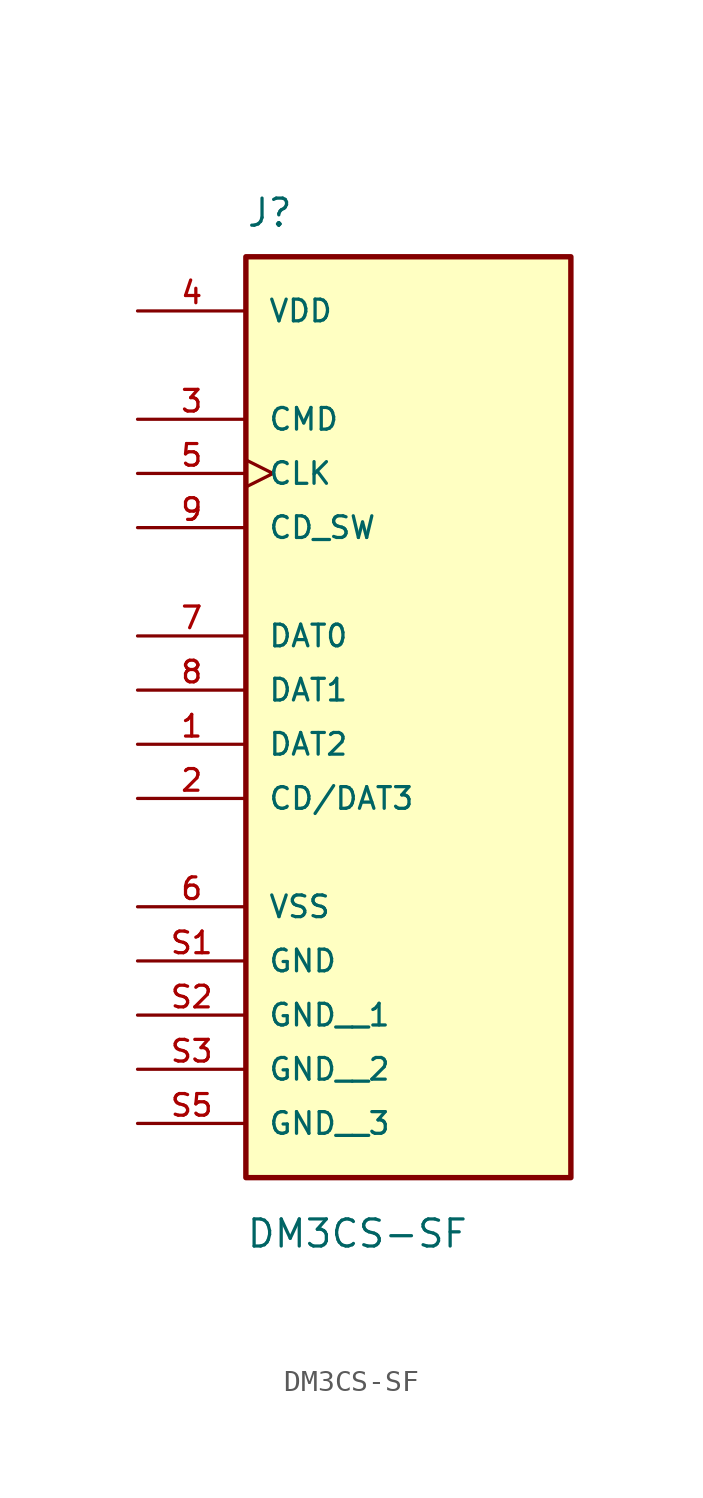
<source format=kicad_sym>
(kicad_symbol_lib
  (version 20211014)
  (generator kicad_symbol_editor)
  (symbol "DM3CS-SF"
    (pin_names
      (offset 1.016))
    (property "Reference" "J"
      (at -7.628 19.098 0)
      (effects (font (size 1.27 1.27)) (justify bottom left)))
    (property "Value" "DM3CS-SF"
      (at -7.636 -28.771 0)
      (effects (font (size 1.27 1.27)) (justify bottom left)))
    (symbol "DM3CS-SF_0_0"
      (rectangle (start -7.62 -25.4) (end 7.62 17.78) (stroke (width 0.254)) (fill (type background)))
      (pin passive line (at -12.7 0.0 0) (length 5.08) (name "DAT0" (effects (font (size 1.016 1.016)))) (number "7" (effects (font (size 1.016 1.016)))))
      (pin passive line (at -12.7 -2.54 0) (length 5.08) (name "DAT1" (effects (font (size 1.016 1.016)))) (number "8" (effects (font (size 1.016 1.016)))))
      (pin passive line (at -12.7 -5.08 0) (length 5.08) (name "DAT2" (effects (font (size 1.016 1.016)))) (number "1" (effects (font (size 1.016 1.016)))))
      (pin passive line (at -12.7 -7.62 0) (length 5.08) (name "CD/DAT3" (effects (font (size 1.016 1.016)))) (number "2" (effects (font (size 1.016 1.016)))))
      (pin passive line (at -12.7 10.16 0) (length 5.08) (name "CMD" (effects (font (size 1.016 1.016)))) (number "3" (effects (font (size 1.016 1.016)))))
      (pin passive clock (at -12.7 7.62 0) (length 5.08) (name "CLK" (effects (font (size 1.016 1.016)))) (number "5" (effects (font (size 1.016 1.016)))))
      (pin passive line (at -12.7 15.24 0) (length 5.08) (name "VDD" (effects (font (size 1.016 1.016)))) (number "4" (effects (font (size 1.016 1.016)))))
      (pin passive line (at -12.7 -12.7 0) (length 5.08) (name "VSS" (effects (font (size 1.016 1.016)))) (number "6" (effects (font (size 1.016 1.016)))))
      (pin passive line (at -12.7 -15.24 0) (length 5.08) (name "GND" (effects (font (size 1.016 1.016)))) (number "S1" (effects (font (size 1.016 1.016)))))
      (pin passive line (at -12.7 5.08 0) (length 5.08) (name "CD_SW" (effects (font (size 1.016 1.016)))) (number "9" (effects (font (size 1.016 1.016)))))
      (pin passive line (at -12.7 -17.78 0) (length 5.08) (name "GND__1" (effects (font (size 1.016 1.016)))) (number "S2" (effects (font (size 1.016 1.016)))))
      (pin passive line (at -12.7 -20.32 0) (length 5.08) (name "GND__2" (effects (font (size 1.016 1.016)))) (number "S3" (effects (font (size 1.016 1.016)))))
      (pin passive line (at -12.7 -22.86 0) (length 5.08) (name "GND__3" (effects (font (size 1.016 1.016)))) (number "S5" (effects (font (size 1.016 1.016))))))))
</source>
